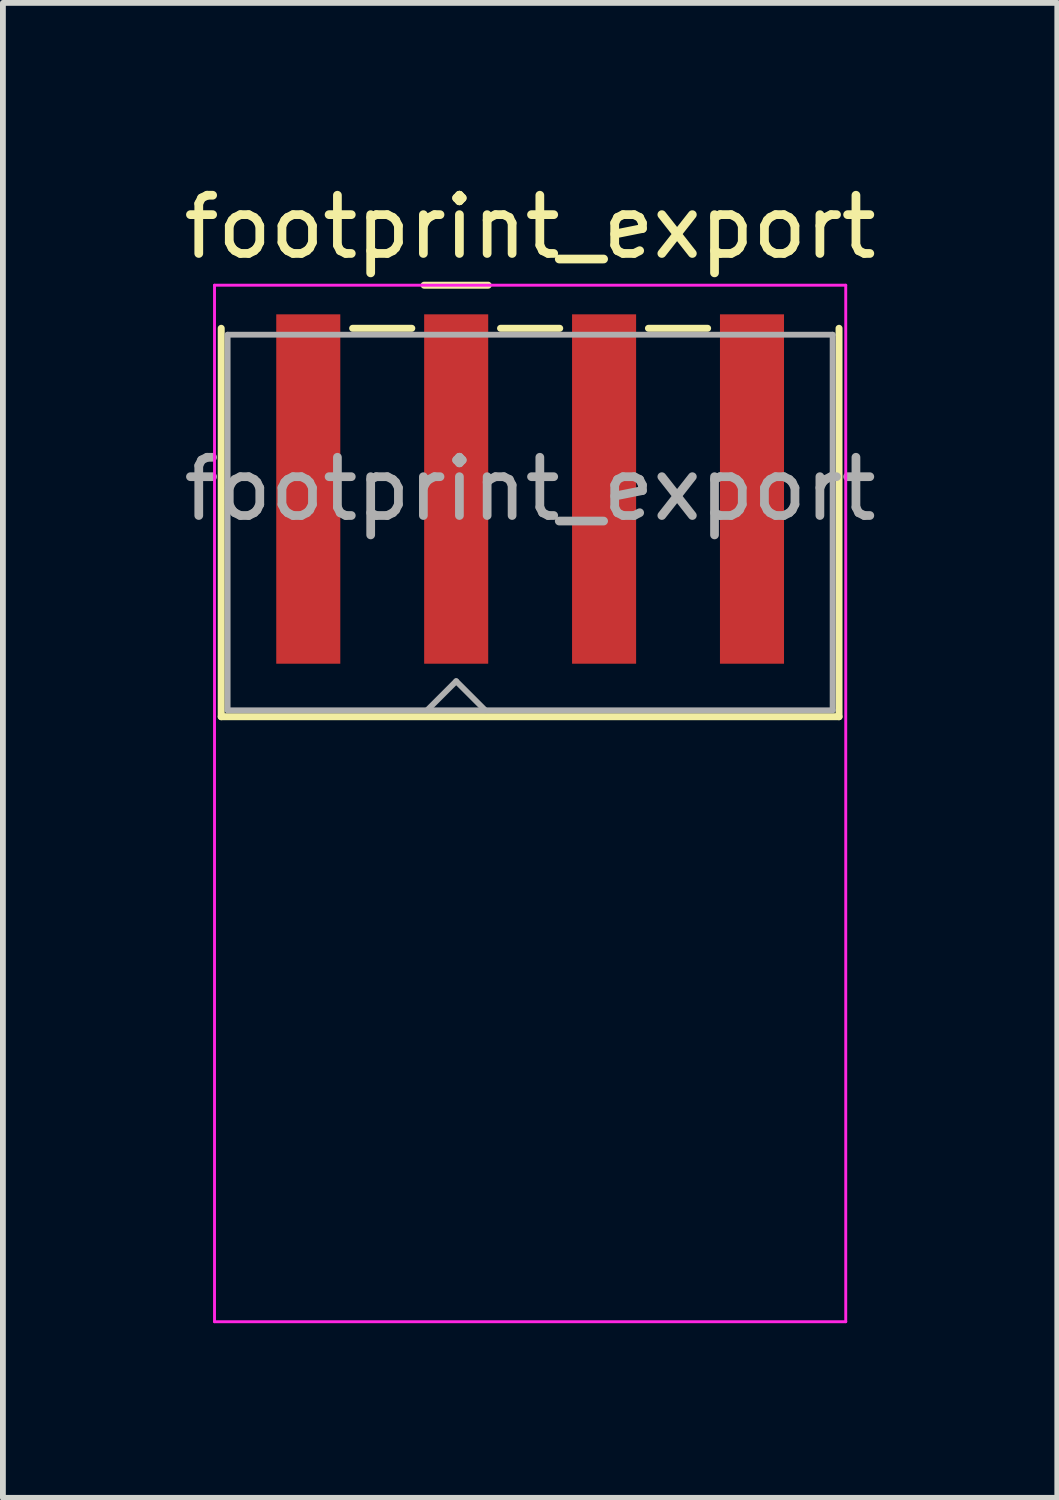
<source format=kicad_pcb>
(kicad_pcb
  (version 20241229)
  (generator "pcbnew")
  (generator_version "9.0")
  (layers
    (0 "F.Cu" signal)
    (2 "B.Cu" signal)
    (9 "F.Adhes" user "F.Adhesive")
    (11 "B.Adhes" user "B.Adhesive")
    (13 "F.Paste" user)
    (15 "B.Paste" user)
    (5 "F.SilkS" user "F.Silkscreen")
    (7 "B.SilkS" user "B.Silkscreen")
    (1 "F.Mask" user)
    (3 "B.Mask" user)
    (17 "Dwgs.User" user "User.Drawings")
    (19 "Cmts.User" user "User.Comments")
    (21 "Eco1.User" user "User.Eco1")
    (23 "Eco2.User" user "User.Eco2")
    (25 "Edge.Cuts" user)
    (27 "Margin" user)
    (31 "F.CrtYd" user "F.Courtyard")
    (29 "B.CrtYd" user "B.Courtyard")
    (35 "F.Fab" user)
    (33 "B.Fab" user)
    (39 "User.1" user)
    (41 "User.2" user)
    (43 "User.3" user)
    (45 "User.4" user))
  (footprint "footprint_export"
    (layer "F.Cu")
    (at 6.054 6.648)
    (property "Reference" "footprint_export" (at 0 -5.8 0) (layer "F.SilkS") (effects (font (size 1 1) (thickness 0.15))))
    (attr smd)
    (fp_line (start -5.305 -4.06) (end -5.305 2.61) (stroke (width 0.12) (type solid)) (layer "F.SilkS"))
    (fp_line (start -3.048 -4.06) (end -2.032 -4.06) (stroke (width 0.12) (type solid)) (layer "F.SilkS"))
    (fp_line (start -1.82 -4.8) (end -0.72 -4.8) (stroke (width 0.12) (type solid)) (layer "F.SilkS"))
    (fp_line (start -0.508 -4.06) (end 0.508 -4.06) (stroke (width 0.12) (type solid)) (layer "F.SilkS"))
    (fp_line (start 2.032 -4.06) (end 3.048 -4.06) (stroke (width 0.12) (type solid)) (layer "F.SilkS"))
    (fp_line (start 5.305 -4.06) (end 5.305 2.61) (stroke (width 0.12) (type solid)) (layer "F.SilkS"))
    (fp_line (start 5.305 2.61) (end -5.305 2.61) (stroke (width 0.12) (type solid)) (layer "F.SilkS"))
    (fp_line (start -5.42 -4.8) (end -5.42 13) (stroke (width 0.05) (type solid)) (layer "F.CrtYd"))
    (fp_line (start -5.42 13) (end 5.42 13) (stroke (width 0.05) (type solid)) (layer "F.CrtYd"))
    (fp_line (start 5.42 -4.8) (end -5.42 -4.8) (stroke (width 0.05) (type solid)) (layer "F.CrtYd"))
    (fp_line (start 5.42 13) (end 5.42 -4.8) (stroke (width 0.05) (type solid)) (layer "F.CrtYd"))
    (fp_line (start -5.195 -3.95) (end -5.195 2.5) (stroke (width 0.1) (type solid)) (layer "F.Fab"))
    (fp_line (start -5.195 2.5) (end 5.195 2.5) (stroke (width 0.1) (type solid)) (layer "F.Fab"))
    (fp_line (start -1.77 2.5) (end -1.27 2) (stroke (width 0.1) (type solid)) (layer "F.Fab"))
    (fp_line (start -1.27 2) (end -0.77 2.5) (stroke (width 0.1) (type solid)) (layer "F.Fab"))
    (fp_line (start 5.195 -3.95) (end -5.195 -3.95) (stroke (width 0.1) (type solid)) (layer "F.Fab"))
    (fp_line (start 5.195 2.5) (end 5.195 -3.95) (stroke (width 0.1) (type solid)) (layer "F.Fab"))
    (fp_text user "${REFERENCE}" (at 0 -1.3 0) (layer "F.Fab") (effects (font (size 1 1) (thickness 0.15))))
    (pad "1" smd rect (at -1.27 -1.3) (size 1.1 6) (layers "F.Cu" "F.Mask" "F.Paste"))
    (pad "2" smd rect (at 1.27 -1.3) (size 1.1 6) (layers "F.Cu" "F.Mask" "F.Paste"))
    (pad "MP" smd rect (at -3.81 -1.3) (size 1.1 6) (layers "F.Cu" "F.Mask" "F.Paste"))
    (pad "MP" smd rect (at 3.81 -1.3) (size 1.1 6) (layers "F.Cu" "F.Mask" "F.Paste")))
  (gr_rect
    (start -3 -3)
    (end 15.107 22.673)
    (stroke (width 0.1) (type default))
    (fill no)
    (layer "Edge.Cuts")))
</source>
